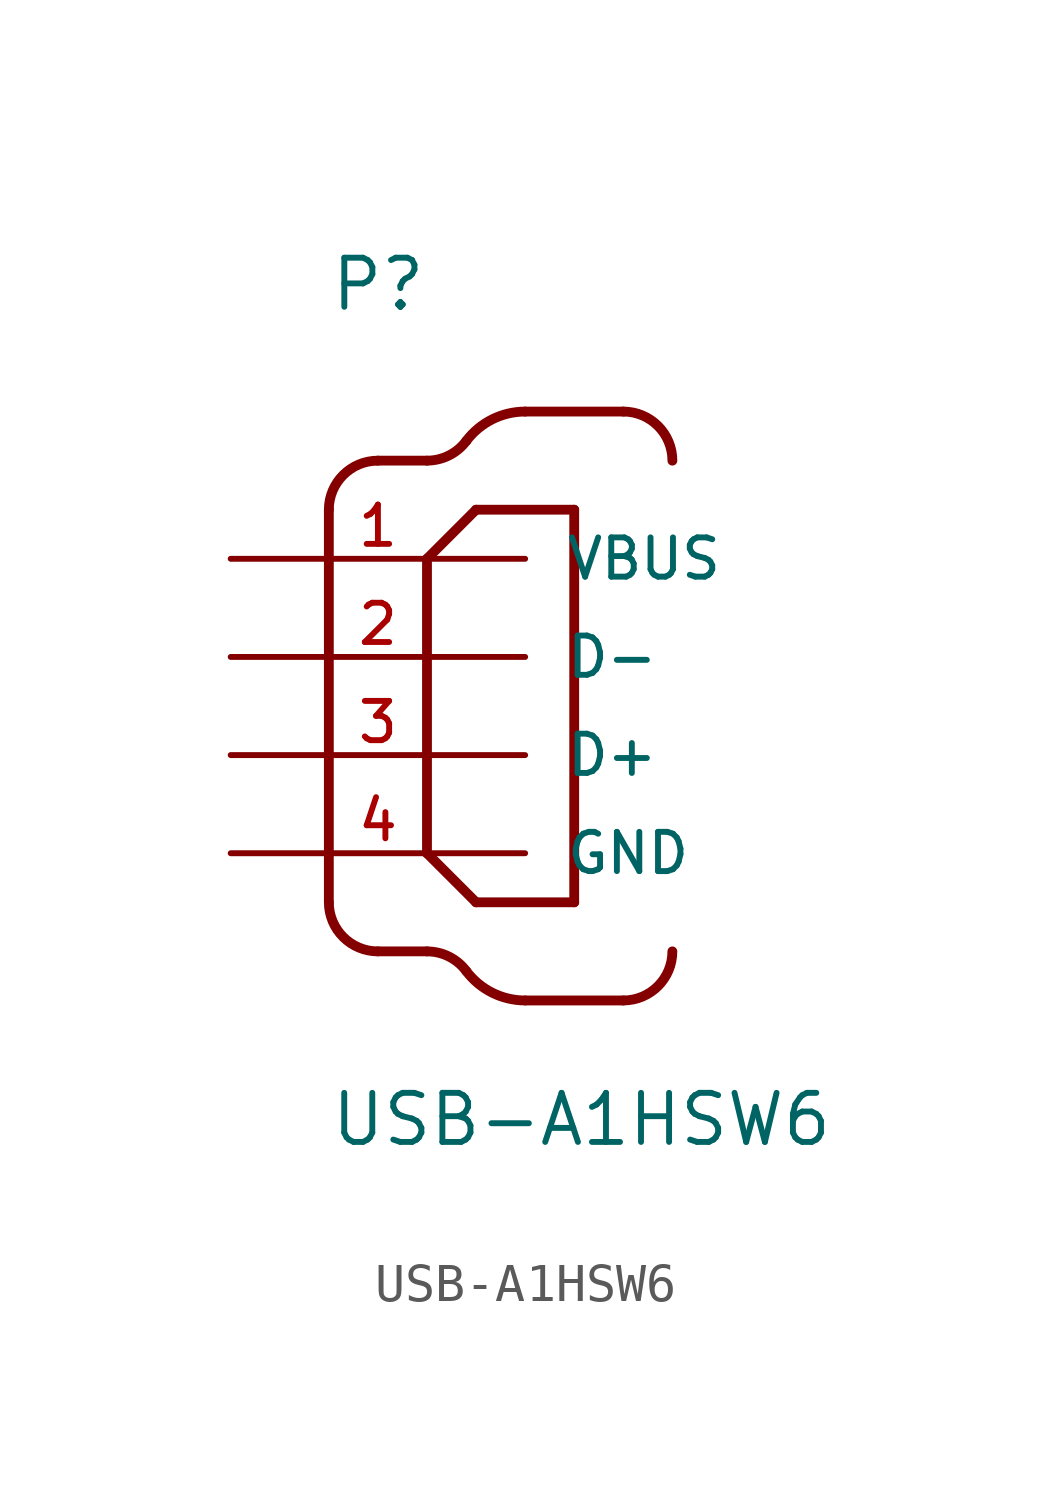
<source format=kicad_sym>
(kicad_symbol_lib
  (version 20211014)
  (generator kicad_symbol_editor)
  (symbol "USB-A1HSW6"
    (pin_names
      (offset 1.016))
    (property "Reference" "P"
      (at -2.542 11.438 0)
      (effects (font (size 1.27 1.27)) (justify bottom left)))
    (property "Value" "USB-A1HSW6"
      (at -2.544 -10.174 0)
      (effects (font (size 1.27 1.27)) (justify bottom left)))
    (symbol "USB-A1HSW6_0_0"
      (polyline (pts (xy -2.54 6.35) (xy -2.54 -3.81)) (stroke (width 0.254)))
      (arc (start -1.27 -5.08) (mid -2.168 -4.708) (end -2.54 -3.81) (stroke (width 0.254) (type default) (color 0 0 0 0)) (fill (type none)))
      (polyline (pts (xy -1.27 -5.08) (xy 0.0 -5.08)) (stroke (width 0.254)))
      (arc (start 1.016 -5.588) (mid 0.5667 -5.2134) (end 0.0 -5.08) (stroke (width 0.254) (type default) (color 0 0 0 0)) (fill (type none)))
      (arc (start 2.54 -6.35) (mid 1.6861 -6.1479) (end 1.016 -5.588) (stroke (width 0.254) (type default) (color 0 0 0 0)) (fill (type none)))
      (polyline (pts (xy 2.54 -6.35) (xy 5.08 -6.35)) (stroke (width 0.254)))
      (arc (start 6.35 -5.08) (mid 5.978 -5.978) (end 5.08 -6.35) (stroke (width 0.254) (type default) (color 0 0 0 0)) (fill (type none)))
      (arc (start -1.27 7.62) (mid -2.168 7.248) (end -2.54 6.35) (stroke (width 0.254) (type default) (color 0 0 0 0)) (fill (type none)))
      (polyline (pts (xy -1.27 7.62) (xy 0.0 7.62)) (stroke (width 0.254)))
      (arc (start 1.016 8.128) (mid 0.5667 7.7534) (end 0.0 7.62) (stroke (width 0.254) (type default) (color 0 0 0 0)) (fill (type none)))
      (arc (start 2.54 8.89) (mid 1.6861 8.6879) (end 1.016 8.128) (stroke (width 0.254) (type default) (color 0 0 0 0)) (fill (type none)))
      (polyline (pts (xy 2.54 8.89) (xy 5.08 8.89)) (stroke (width 0.254)))
      (arc (start 6.35 7.62) (mid 5.978 8.518) (end 5.08 8.89) (stroke (width 0.254) (type default) (color 0 0 0 0)) (fill (type none)))
      (polyline (pts (xy 0.0 5.08) (xy 0.0 -2.54)) (stroke (width 0.254)))
      (polyline (pts (xy 0.0 -2.54) (xy 1.27 -3.81)) (stroke (width 0.254)))
      (polyline (pts (xy 1.27 -3.81) (xy 3.81 -3.81)) (stroke (width 0.254)))
      (polyline (pts (xy 3.81 -3.81) (xy 3.81 6.35)) (stroke (width 0.254)))
      (polyline (pts (xy 3.81 6.35) (xy 1.27 6.35)) (stroke (width 0.254)))
      (polyline (pts (xy 1.27 6.35) (xy 0.0 5.08)) (stroke (width 0.254)))
      (pin power_in line (at -5.08 5.08 0) (length 7.62) (name "VBUS" (effects (font (size 1.016 1.016)))) (number "1" (effects (font (size 1.016 1.016)))))
      (pin bidirectional line (at -5.08 2.54 0) (length 7.62) (name "D-" (effects (font (size 1.016 1.016)))) (number "2" (effects (font (size 1.016 1.016)))))
      (pin bidirectional line (at -5.08 0.0 0) (length 7.62) (name "D+" (effects (font (size 1.016 1.016)))) (number "3" (effects (font (size 1.016 1.016)))))
      (pin power_in line (at -5.08 -2.54 0) (length 7.62) (name "GND" (effects (font (size 1.016 1.016)))) (number "4" (effects (font (size 1.016 1.016))))))))
</source>
